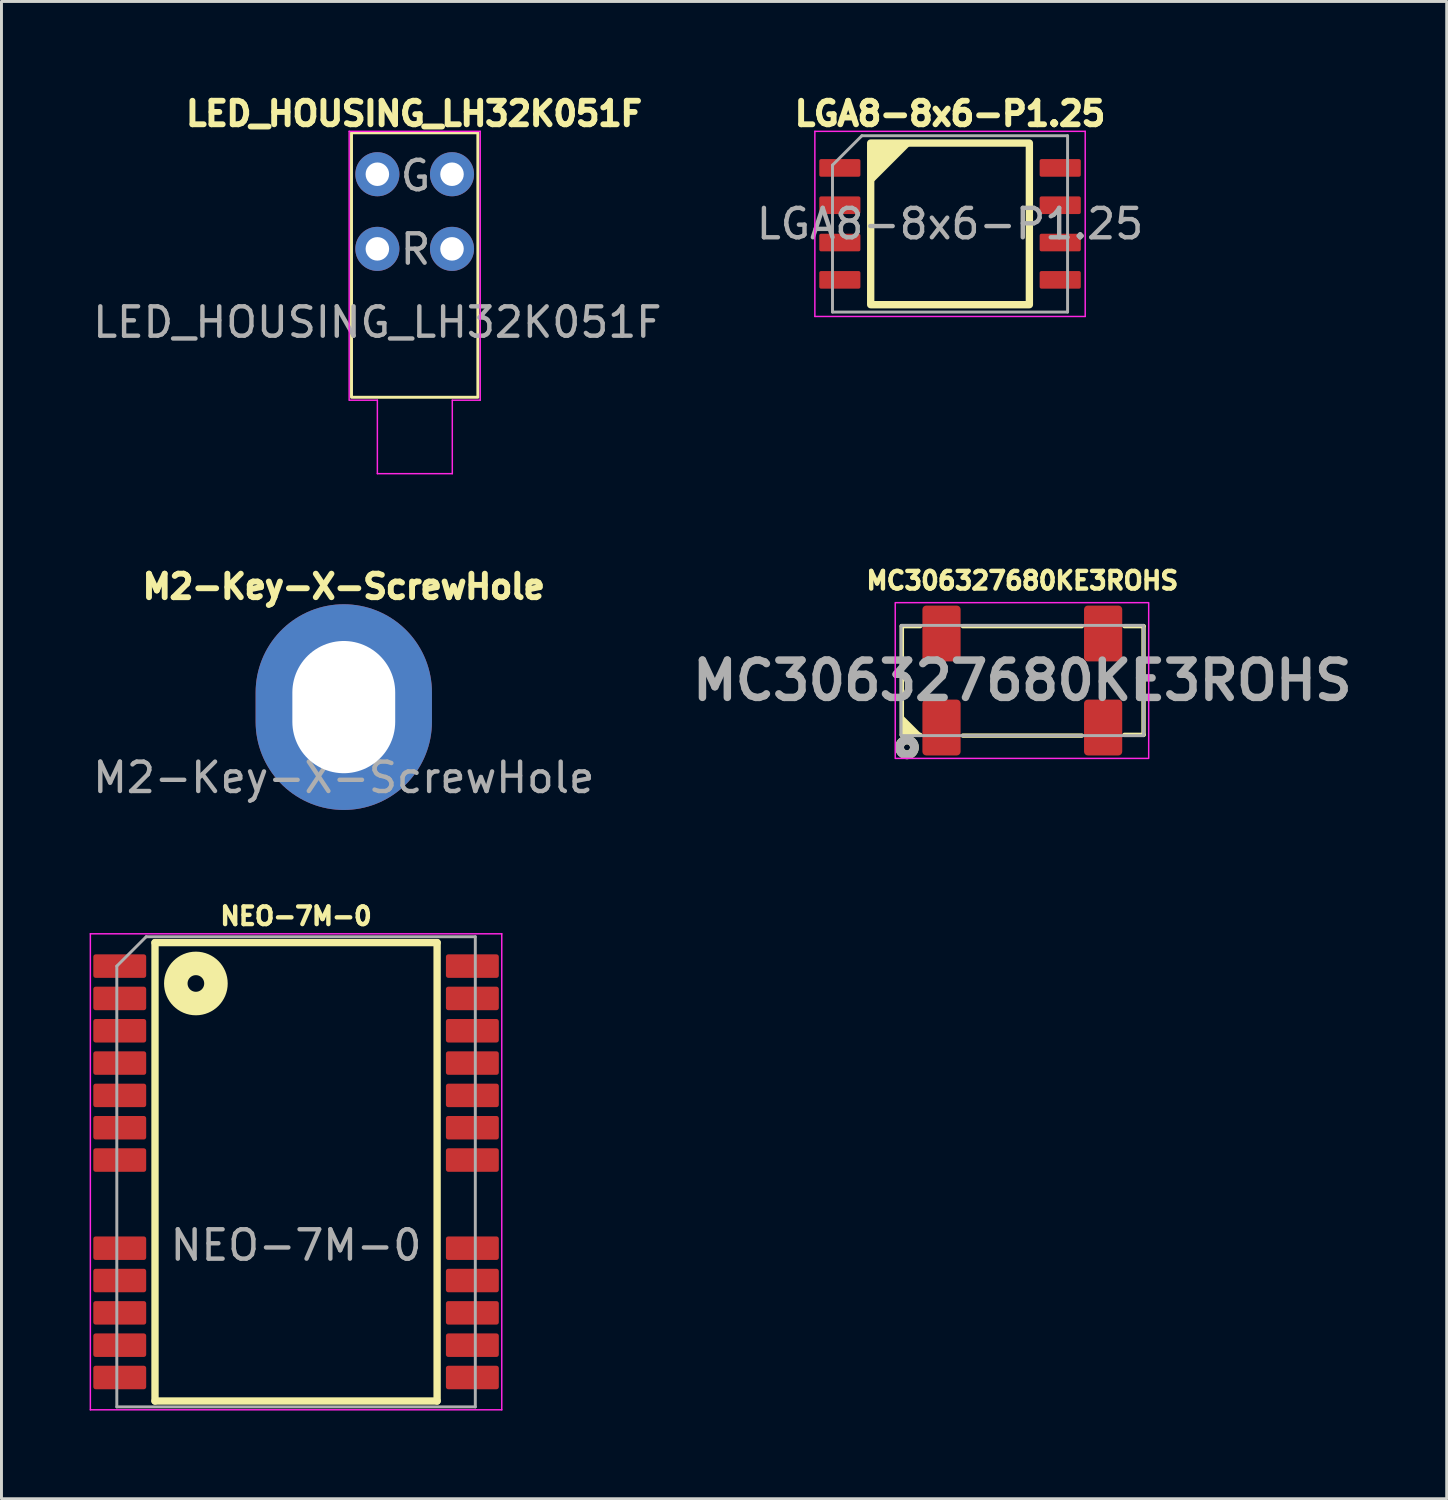
<source format=kicad_pcb>
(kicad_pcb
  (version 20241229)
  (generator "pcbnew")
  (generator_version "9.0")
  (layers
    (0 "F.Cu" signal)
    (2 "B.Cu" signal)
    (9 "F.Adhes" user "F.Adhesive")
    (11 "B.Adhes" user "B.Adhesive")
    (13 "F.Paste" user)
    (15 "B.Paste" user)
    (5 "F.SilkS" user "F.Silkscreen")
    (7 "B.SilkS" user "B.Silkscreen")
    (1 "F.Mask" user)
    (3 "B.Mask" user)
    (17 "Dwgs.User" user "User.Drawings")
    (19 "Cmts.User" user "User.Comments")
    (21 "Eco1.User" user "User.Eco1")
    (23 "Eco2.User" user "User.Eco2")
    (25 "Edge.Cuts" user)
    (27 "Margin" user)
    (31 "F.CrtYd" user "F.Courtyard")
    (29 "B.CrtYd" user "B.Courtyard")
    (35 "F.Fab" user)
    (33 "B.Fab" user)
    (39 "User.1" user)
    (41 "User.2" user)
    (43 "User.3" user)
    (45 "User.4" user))
  (footprint "LED_HOUSING_LH32K051F"
    (layer "F.Cu")
    (at 9.792 5.419)
    (property "Reference" "LED_HOUSING_LH32K051F" (at 1.25 -4.6 0) (unlocked yes) (layer "F.SilkS") (effects (font (size 0.8 0.8) (thickness 0.2) (bold yes))))
    (attr through_hole)
    (fp_rect (start -0.88 -3.95) (end 3.42 5.05) (stroke (width 0.1) (type default)) (fill no) (layer "F.SilkS"))
    (fp_line (start -0.96 -4) (end -0.96 5.15) (stroke (width 0.05) (type default)) (layer "F.CrtYd"))
    (fp_line (start -0.96 -4) (end 3.5 -4) (stroke (width 0.05) (type default)) (layer "F.CrtYd"))
    (fp_line (start -0.95 5.15) (end 0 5.15) (stroke (width 0.05) (type default)) (layer "F.CrtYd"))
    (fp_line (start 0 5.15) (end 0 7.65) (stroke (width 0.05) (type default)) (layer "F.CrtYd"))
    (fp_line (start 0 7.65) (end 2.55 7.65) (stroke (width 0.05) (type default)) (layer "F.CrtYd"))
    (fp_line (start 2.55 5.15) (end 2.55 7.65) (stroke (width 0.05) (type default)) (layer "F.CrtYd"))
    (fp_line (start 3.5 -4) (end 3.5 5.15) (stroke (width 0.05) (type default)) (layer "F.CrtYd"))
    (fp_line (start 3.5 5.15) (end 2.55 5.15) (stroke (width 0.05) (type default)) (layer "F.CrtYd"))
    (fp_text user "G" (at 0.7 -1.9 0) (unlocked yes) (layer "F.Fab") (effects (font (size 1 1) (thickness 0.15)) (justify left bottom)))
    (fp_text user "${REFERENCE}" (at 0 2.5 0) (unlocked yes) (layer "F.Fab") (effects (font (size 1 1) (thickness 0.15))))
    (fp_text user "R" (at 0.7 0.6 0) (unlocked yes) (layer "F.Fab") (effects (font (size 1 1) (thickness 0.15)) (justify left bottom)))
    (pad "1" thru_hole circle (at 0 0) (size 1.5 1.5) (drill 0.8) (layers "*.Cu" "*.Mask"))
    (pad "2" thru_hole circle (at 2.54 0) (size 1.5 1.5) (drill 0.8) (layers "*.Cu" "*.Mask"))
    (pad "3" thru_hole circle (at 0 -2.54) (size 1.5 1.5) (drill 0.8) (layers "*.Cu" "*.Mask"))
    (pad "4" thru_hole circle (at 2.54 -2.54) (size 1.5 1.5) (drill 0.8) (layers "*.Cu" "*.Mask")))
  (footprint "MC306327680KE3ROHS"
    (layer "F.Cu")
    (at 31.74 20.108)
    (property "Reference" "MC306327680KE3ROHS" (at 0 -3.4 0) (layer "F.SilkS") (effects (font (size 0.6 0.6) (thickness 0.15) (bold yes))))
    (attr smd)
    (fp_line (start -4.1 -1.85) (end -4.1 1.85) (stroke (width 0.15) (type solid)) (layer "F.SilkS"))
    (fp_line (start -4.1 -1.85) (end -3.475 -1.85) (stroke (width 0.15) (type default)) (layer "F.SilkS"))
    (fp_line (start -4.1 1.85) (end -3.475 1.85) (stroke (width 0.15) (type default)) (layer "F.SilkS"))
    (fp_line (start -2.025 -1.85) (end 2.025 -1.85) (stroke (width 0.15) (type solid)) (layer "F.SilkS"))
    (fp_line (start -2.025 1.875) (end 2.025 1.875) (stroke (width 0.15) (type solid)) (layer "F.SilkS"))
    (fp_line (start 3.475 -1.85) (end 4.125 -1.85) (stroke (width 0.15) (type default)) (layer "F.SilkS"))
    (fp_line (start 3.475 1.85) (end 4.125 1.85) (stroke (width 0.15) (type default)) (layer "F.SilkS"))
    (fp_line (start 4.125 -1.85) (end 4.125 1.85) (stroke (width 0.15) (type solid)) (layer "F.SilkS"))
    (fp_circle (center -3.925 2.275) (end -4.025 2.25) (stroke (width 0.3) (type solid)) (fill no) (layer "F.SilkS"))
    (fp_poly (pts (xy -3.475 1.85) (xy -4.1 1.85) (xy -4.1 1.225)) (stroke (width 0.1) (type solid)) (fill yes) (layer "F.SilkS"))
    (fp_rect (start -4.325 -2.65) (end 4.3 2.65) (stroke (width 0.05) (type default)) (fill no) (layer "F.CrtYd"))
    (fp_rect (start -4.125 -1.875) (end 4.125 1.875) (stroke (width 0.1) (type default)) (fill no) (layer "F.Fab"))
    (fp_circle (center -3.925 2.275) (end -3.822 2.275) (stroke (width 0.3) (type solid)) (fill no) (layer "F.Fab"))
    (fp_text user "${REFERENCE}" (at 0 0 0) (layer "F.Fab") (effects (font (size 1.27 1.27) (thickness 0.254))))
    (pad "1" smd roundrect (at -2.75 1.6) (size 1.3 1.9) (layers "F.Cu" "F.Mask" "F.Paste") (roundrect_rratio 0.1))
    (pad "2" smd roundrect (at 2.75 1.6) (size 1.3 1.9) (layers "F.Cu" "F.Mask" "F.Paste") (roundrect_rratio 0.1))
    (pad "3" smd roundrect (at 2.75 -1.6) (size 1.3 1.9) (layers "F.Cu" "F.Mask" "F.Paste") (roundrect_rratio 0.1))
    (pad "4" smd roundrect (at -2.75 -1.6) (size 1.3 1.9) (layers "F.Cu" "F.Mask" "F.Paste") (roundrect_rratio 0.1)))
  (footprint "M2-Key-X-ScrewHole"
    (layer "F.Cu")
    (at 8.649 20.913)
    (property "Reference" "M2-Key-X-ScrewHole" (at 0 -4 0) (unlocked yes) (layer "F.SilkS") (effects (font (size 0.8 0.8) (thickness 0.2) (bold yes))))
    (attr smd)
    (fp_text user "${REFERENCE}" (at 0 2.5 0) (unlocked yes) (layer "F.Fab") (effects (font (size 1 1) (thickness 0.15))))
    (pad "" thru_hole oval (at 0 0.1) (size 6 7) (drill oval 3.5 4.5) (layers "*.Cu" "*.Mask")))
  (footprint "NEO-7M-0"
    (layer "F.Cu")
    (at 7.025 36.827)
    (property "Reference" "NEO-7M-0" (at 0 -8.7 0) (unlocked yes) (layer "F.SilkS") (effects (font (size 0.6 0.6) (thickness 0.15) (bold yes))))
    (attr smd)
    (fp_line (start -4.8 -7.8) (end -4.8 7.8) (stroke (width 0.25) (type default)) (layer "F.SilkS"))
    (fp_line (start -4.8 -7.8) (end 4.8 -7.8) (stroke (width 0.25) (type default)) (layer "F.SilkS"))
    (fp_line (start -4.8 7.8) (end 4.8 7.8) (stroke (width 0.25) (type default)) (layer "F.SilkS"))
    (fp_line (start 4.8 7.8) (end 4.8 -7.8) (stroke (width 0.25) (type default)) (layer "F.SilkS"))
    (fp_circle (center -3.409 -6.409) (end -3.126 -6.409) (stroke (width 0.8) (type default)) (fill no) (layer "F.SilkS"))
    (fp_line (start -7 -8.1) (end -7 8.1) (stroke (width 0.05) (type solid)) (layer "F.CrtYd"))
    (fp_line (start -7 -8.1) (end 7 -8.1) (stroke (width 0.05) (type solid)) (layer "F.CrtYd"))
    (fp_line (start -7 8.1) (end 7 8.1) (stroke (width 0.05) (type solid)) (layer "F.CrtYd"))
    (fp_line (start 7 -8.1) (end 7 8.1) (stroke (width 0.05) (type solid)) (layer "F.CrtYd"))
    (fp_line (start -6.1 -7) (end -6.1 8) (stroke (width 0.1) (type solid)) (layer "F.Fab"))
    (fp_line (start -6.1 8) (end 6.1 8) (stroke (width 0.1) (type solid)) (layer "F.Fab"))
    (fp_line (start -5.1 -8) (end -6.1 -7) (stroke (width 0.1) (type solid)) (layer "F.Fab"))
    (fp_line (start -5.1 -8) (end 6.1 -8) (stroke (width 0.1) (type solid)) (layer "F.Fab"))
    (fp_line (start 6.1 -8) (end 6.1 8) (stroke (width 0.1) (type solid)) (layer "F.Fab"))
    (fp_text user "${REFERENCE}" (at 0 2.5 0) (unlocked yes) (layer "F.Fab") (effects (font (size 1 1) (thickness 0.15))))
    (pad "1" smd roundrect (at -6 -7) (size 1.8 0.8) (layers "F.Cu" "F.Mask" "F.Paste") (roundrect_rratio 0.1))
    (pad "2" smd roundrect (at -6 -5.9) (size 1.8 0.8) (layers "F.Cu" "F.Mask" "F.Paste") (roundrect_rratio 0.1))
    (pad "3" smd roundrect (at -6 -4.8) (size 1.8 0.8) (layers "F.Cu" "F.Mask" "F.Paste") (roundrect_rratio 0.1))
    (pad "4" smd roundrect (at -6 -3.7) (size 1.8 0.8) (layers "F.Cu" "F.Mask" "F.Paste") (roundrect_rratio 0.1))
    (pad "5" smd roundrect (at -6 -2.6) (size 1.8 0.8) (layers "F.Cu" "F.Mask" "F.Paste") (roundrect_rratio 0.1))
    (pad "6" smd roundrect (at -6 -1.5) (size 1.8 0.8) (layers "F.Cu" "F.Mask" "F.Paste") (roundrect_rratio 0.1))
    (pad "7" smd roundrect (at -6 -0.4) (size 1.8 0.8) (layers "F.Cu" "F.Mask" "F.Paste") (roundrect_rratio 0.1))
    (pad "8" smd roundrect (at -6 2.6) (size 1.8 0.8) (layers "F.Cu" "F.Mask" "F.Paste") (roundrect_rratio 0.1))
    (pad "9" smd roundrect (at -6 3.7) (size 1.8 0.8) (layers "F.Cu" "F.Mask" "F.Paste") (roundrect_rratio 0.1))
    (pad "10" smd roundrect (at -6 4.8) (size 1.8 0.8) (layers "F.Cu" "F.Mask" "F.Paste") (roundrect_rratio 0.1))
    (pad "11" smd roundrect (at -6 5.9) (size 1.8 0.8) (layers "F.Cu" "F.Mask" "F.Paste") (roundrect_rratio 0.1))
    (pad "12" smd roundrect (at -6 7) (size 1.8 0.8) (layers "F.Cu" "F.Mask" "F.Paste") (roundrect_rratio 0.1))
    (pad "13" smd roundrect (at 6 7) (size 1.8 0.8) (layers "F.Cu" "F.Mask" "F.Paste") (roundrect_rratio 0.1))
    (pad "14" smd roundrect (at 6 5.9) (size 1.8 0.8) (layers "F.Cu" "F.Mask" "F.Paste") (roundrect_rratio 0.1))
    (pad "15" smd roundrect (at 6 4.8) (size 1.8 0.8) (layers "F.Cu" "F.Mask" "F.Paste") (roundrect_rratio 0.1))
    (pad "16" smd roundrect (at 6 3.7) (size 1.8 0.8) (layers "F.Cu" "F.Mask" "F.Paste") (roundrect_rratio 0.1))
    (pad "17" smd roundrect (at 6 2.6) (size 1.8 0.8) (layers "F.Cu" "F.Mask" "F.Paste") (roundrect_rratio 0.1))
    (pad "18" smd roundrect (at 6 -0.4) (size 1.8 0.8) (layers "F.Cu" "F.Mask" "F.Paste") (roundrect_rratio 0.1))
    (pad "19" smd roundrect (at 6 -1.5) (size 1.8 0.8) (layers "F.Cu" "F.Mask" "F.Paste") (roundrect_rratio 0.1))
    (pad "20" smd roundrect (at 6 -2.6) (size 1.8 0.8) (layers "F.Cu" "F.Mask" "F.Paste") (roundrect_rratio 0.1))
    (pad "21" smd roundrect (at 6 -3.7) (size 1.8 0.8) (layers "F.Cu" "F.Mask" "F.Paste") (roundrect_rratio 0.1))
    (pad "22" smd roundrect (at 6 -4.8) (size 1.8 0.8) (layers "F.Cu" "F.Mask" "F.Paste") (roundrect_rratio 0.1))
    (pad "23" smd roundrect (at 6 -5.9) (size 1.8 0.8) (layers "F.Cu" "F.Mask" "F.Paste") (roundrect_rratio 0.1))
    (pad "24" smd roundrect (at 6 -7) (size 1.8 0.8) (layers "F.Cu" "F.Mask" "F.Paste") (roundrect_rratio 0.1)))
  (footprint "LGA8-8x6-P1.25"
    (layer "F.Cu")
    (at 29.28 4.569)
    (property "Reference" "LGA8-8x6-P1.25" (at 0 -3.75 0) (unlocked yes) (layer "F.SilkS") (effects (font (size 0.8 0.8) (thickness 0.2) (bold yes))))
    (attr smd)
    (fp_rect (start -2.7 -2.75) (end 2.7 2.75) (stroke (width 0.25) (type default)) (fill no) (layer "F.SilkS"))
    (fp_poly (pts (xy -1.35 -2.75) (xy -2.7 -2.75) (xy -2.7 -1.5) (xy -2.6 -1.5)) (stroke (width 0.1) (type solid)) (fill yes) (layer "F.SilkS"))
    (fp_line (start -4.6 -3.15) (end -4.6 3.15) (stroke (width 0.05) (type solid)) (layer "F.CrtYd"))
    (fp_line (start -4.6 3.15) (end 4.6 3.15) (stroke (width 0.05) (type solid)) (layer "F.CrtYd"))
    (fp_line (start 4.6 -3.15) (end -4.6 -3.15) (stroke (width 0.05) (type solid)) (layer "F.CrtYd"))
    (fp_line (start 4.6 3.15) (end 4.6 -3.15) (stroke (width 0.05) (type solid)) (layer "F.CrtYd"))
    (fp_line (start -4 -2) (end -3 -3) (stroke (width 0.1) (type solid)) (layer "F.Fab"))
    (fp_line (start -4 3) (end -4 -2) (stroke (width 0.1) (type solid)) (layer "F.Fab"))
    (fp_line (start -3 -3) (end 4 -3) (stroke (width 0.1) (type solid)) (layer "F.Fab"))
    (fp_line (start 4 -3) (end 4 3) (stroke (width 0.1) (type solid)) (layer "F.Fab"))
    (fp_line (start 4 3) (end -4 3) (stroke (width 0.1) (type solid)) (layer "F.Fab"))
    (fp_text user "${REFERENCE}" (at 0 0 0) (unlocked yes) (layer "F.Fab") (effects (font (size 1 1) (thickness 0.15))))
    (pad "1" smd roundrect (at -3.75 -1.905) (size 1.4 0.6) (layers "F.Cu" "F.Mask" "F.Paste") (roundrect_rratio 0.1))
    (pad "2" smd roundrect (at -3.75 -0.635) (size 1.4 0.6) (layers "F.Cu" "F.Mask" "F.Paste") (roundrect_rratio 0.1))
    (pad "3" smd roundrect (at -3.75 0.635) (size 1.4 0.6) (layers "F.Cu" "F.Mask" "F.Paste") (roundrect_rratio 0.1))
    (pad "4" smd roundrect (at -3.75 1.905) (size 1.4 0.6) (layers "F.Cu" "F.Mask" "F.Paste") (roundrect_rratio 0.1))
    (pad "5" smd roundrect (at 3.75 1.905) (size 1.4 0.6) (layers "F.Cu" "F.Mask" "F.Paste") (roundrect_rratio 0.1))
    (pad "6" smd roundrect (at 3.75 0.635) (size 1.4 0.6) (layers "F.Cu" "F.Mask" "F.Paste") (roundrect_rratio 0.1))
    (pad "7" smd roundrect (at 3.75 -0.635) (size 1.4 0.6) (layers "F.Cu" "F.Mask" "F.Paste") (roundrect_rratio 0.1))
    (pad "8" smd roundrect (at 3.75 -1.905) (size 1.4 0.6) (layers "F.Cu" "F.Mask" "F.Paste") (roundrect_rratio 0.1)))
  (gr_rect
    (start -3 -3)
    (end 46.182 47.952)
    (stroke (width 0.1) (type default))
    (fill no)
    (layer "Edge.Cuts")))
</source>
